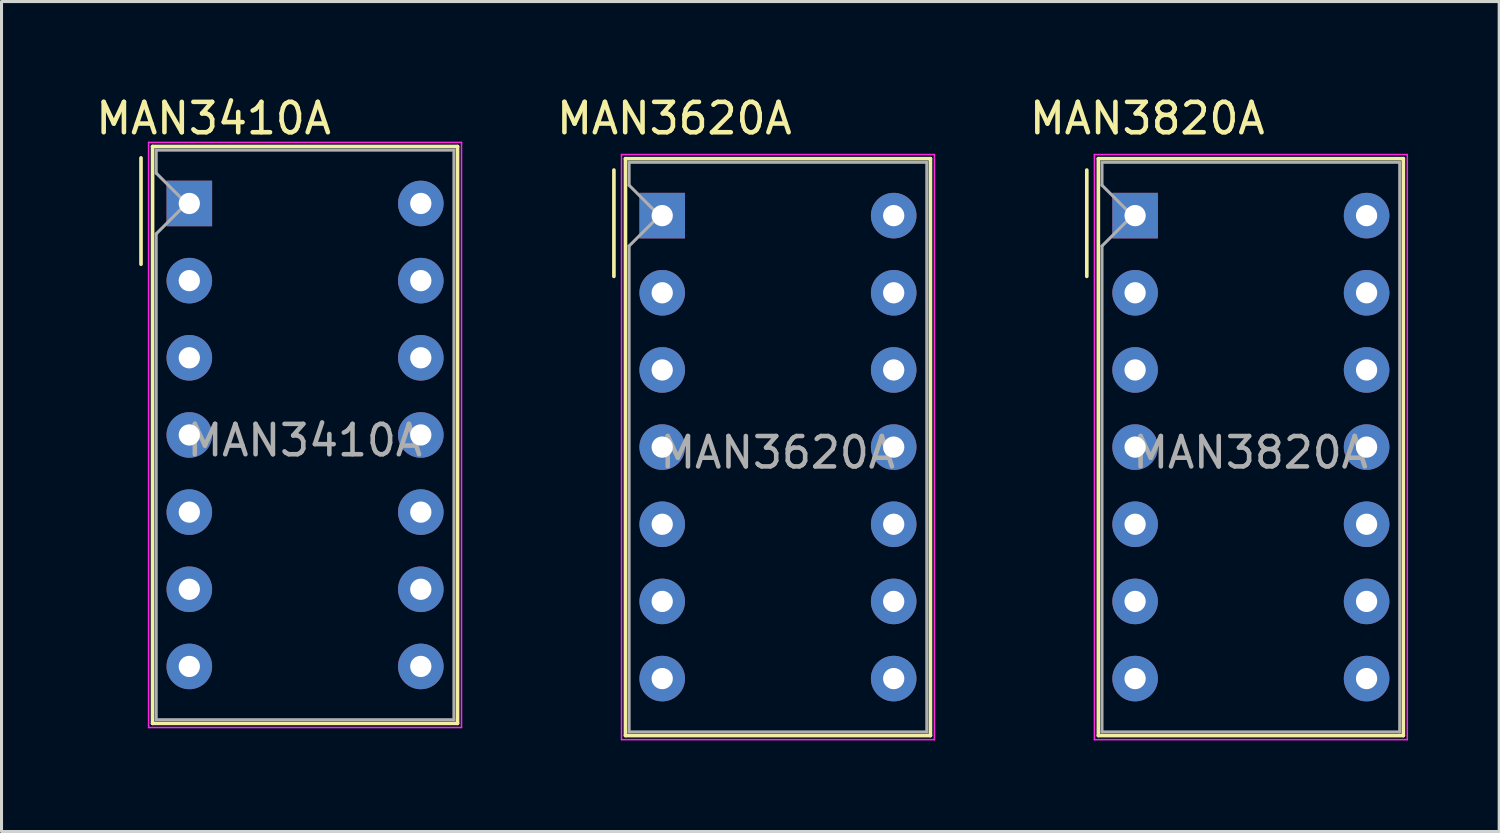
<source format=kicad_pcb>
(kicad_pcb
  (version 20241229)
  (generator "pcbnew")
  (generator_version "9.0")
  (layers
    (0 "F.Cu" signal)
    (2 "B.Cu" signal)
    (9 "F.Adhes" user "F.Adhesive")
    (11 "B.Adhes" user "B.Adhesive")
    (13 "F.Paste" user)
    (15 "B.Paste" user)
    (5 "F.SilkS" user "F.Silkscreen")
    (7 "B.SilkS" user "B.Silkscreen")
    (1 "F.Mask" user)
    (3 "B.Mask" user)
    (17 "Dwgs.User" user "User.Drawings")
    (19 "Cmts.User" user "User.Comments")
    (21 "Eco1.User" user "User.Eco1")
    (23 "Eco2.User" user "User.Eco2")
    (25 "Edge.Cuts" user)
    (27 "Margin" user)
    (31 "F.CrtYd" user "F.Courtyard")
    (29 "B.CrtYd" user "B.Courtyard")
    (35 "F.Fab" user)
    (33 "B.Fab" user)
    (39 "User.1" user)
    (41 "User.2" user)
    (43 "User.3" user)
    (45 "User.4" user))
  (footprint "MAN3620A"
    (layer "F.Cu")
    (at 18.749 4.048)
    (property "Reference" "MAN3620A" (at 0.4 -3.2 0) (layer "F.SilkS") (effects (font (size 1 1) (thickness 0.15))))
    (attr through_hole)
    (fp_line (start -1.59 -1.5) (end -1.59 2) (stroke (width 0.12) (type solid)) (layer "F.SilkS"))
    (fp_line (start -1.21 -1.875) (end 8.83 -1.875) (stroke (width 0.12) (type solid)) (layer "F.SilkS"))
    (fp_line (start -1.21 17.115) (end -1.21 -1.875) (stroke (width 0.12) (type solid)) (layer "F.SilkS"))
    (fp_line (start 8.83 -1.875) (end 8.83 17.115) (stroke (width 0.12) (type solid)) (layer "F.SilkS"))
    (fp_line (start 8.83 17.115) (end -1.21 17.115) (stroke (width 0.12) (type solid)) (layer "F.SilkS"))
    (fp_line (start -1.34 -2.01) (end 8.96 -2.01) (stroke (width 0.05) (type solid)) (layer "F.CrtYd"))
    (fp_line (start -1.34 17.25) (end -1.34 -2.01) (stroke (width 0.05) (type solid)) (layer "F.CrtYd"))
    (fp_line (start 8.96 -2.01) (end 8.96 17.25) (stroke (width 0.05) (type solid)) (layer "F.CrtYd"))
    (fp_line (start 8.96 17.25) (end -1.34 17.25) (stroke (width 0.05) (type solid)) (layer "F.CrtYd"))
    (fp_line (start -1.09 -1.755) (end 8.71 -1.755) (stroke (width 0.1) (type solid)) (layer "F.Fab"))
    (fp_line (start -1.09 -1) (end -1.09 -1.755) (stroke (width 0.1) (type solid)) (layer "F.Fab"))
    (fp_line (start -1.09 1) (end -0.09 0) (stroke (width 0.1) (type solid)) (layer "F.Fab"))
    (fp_line (start -1.09 16.995) (end -1.09 1) (stroke (width 0.1) (type solid)) (layer "F.Fab"))
    (fp_line (start -0.09 0) (end -1.09 -1) (stroke (width 0.1) (type solid)) (layer "F.Fab"))
    (fp_line (start 8.71 -1.755) (end 8.71 16.995) (stroke (width 0.1) (type solid)) (layer "F.Fab"))
    (fp_line (start 8.71 16.995) (end -1.09 16.995) (stroke (width 0.1) (type solid)) (layer "F.Fab"))
    (fp_text user "${REFERENCE}" (at 3.8 7.8 0) (layer "F.Fab") (effects (font (size 1 1) (thickness 0.15))))
    (pad "1" thru_hole rect (at 0 0) (size 1.5 1.5) (drill 0.7) (layers "*.Cu" "*.Mask"))
    (pad "2" thru_hole circle (at 0 2.54) (size 1.5 1.5) (drill 0.7) (layers "*.Cu" "*.Mask"))
    (pad "3" thru_hole circle (at 0 5.08) (size 1.5 1.5) (drill 0.7) (layers "*.Cu" "*.Mask"))
    (pad "4" thru_hole circle (at 0 7.62) (size 1.5 1.5) (drill 0.7) (layers "*.Cu" "*.Mask"))
    (pad "5" thru_hole circle (at 0 10.16) (size 1.5 1.5) (drill 0.7) (layers "*.Cu" "*.Mask"))
    (pad "6" thru_hole circle (at 0 12.7) (size 1.5 1.5) (drill 0.7) (layers "*.Cu" "*.Mask"))
    (pad "7" thru_hole circle (at 0 15.24) (size 1.5 1.5) (drill 0.7) (layers "*.Cu" "*.Mask"))
    (pad "8" thru_hole circle (at 7.62 15.24) (size 1.5 1.5) (drill 0.7) (layers "*.Cu" "*.Mask"))
    (pad "9" thru_hole circle (at 7.62 12.7) (size 1.5 1.5) (drill 0.7) (layers "*.Cu" "*.Mask"))
    (pad "10" thru_hole circle (at 7.62 10.16) (size 1.5 1.5) (drill 0.7) (layers "*.Cu" "*.Mask"))
    (pad "11" thru_hole circle (at 7.62 7.62) (size 1.5 1.5) (drill 0.7) (layers "*.Cu" "*.Mask"))
    (pad "12" thru_hole circle (at 7.62 5.08) (size 1.5 1.5) (drill 0.7) (layers "*.Cu" "*.Mask"))
    (pad "13" thru_hole circle (at 7.62 2.54) (size 1.5 1.5) (drill 0.7) (layers "*.Cu" "*.Mask"))
    (pad "14" thru_hole circle (at 7.62 0) (size 1.5 1.5) (drill 0.7) (layers "*.Cu" "*.Mask")))
  (footprint "MAN3820A"
    (layer "F.Cu")
    (at 34.316 4.048)
    (property "Reference" "MAN3820A" (at 0.4 -3.2 0) (layer "F.SilkS") (effects (font (size 1 1) (thickness 0.15))))
    (attr through_hole)
    (fp_line (start -1.59 -1.5) (end -1.59 2) (stroke (width 0.12) (type solid)) (layer "F.SilkS"))
    (fp_line (start -1.21 -1.875) (end 8.83 -1.875) (stroke (width 0.12) (type solid)) (layer "F.SilkS"))
    (fp_line (start -1.21 17.115) (end -1.21 -1.875) (stroke (width 0.12) (type solid)) (layer "F.SilkS"))
    (fp_line (start 8.83 -1.875) (end 8.83 17.115) (stroke (width 0.12) (type solid)) (layer "F.SilkS"))
    (fp_line (start 8.83 17.115) (end -1.21 17.115) (stroke (width 0.12) (type solid)) (layer "F.SilkS"))
    (fp_line (start -1.34 -2.01) (end 8.96 -2.01) (stroke (width 0.05) (type solid)) (layer "F.CrtYd"))
    (fp_line (start -1.34 17.25) (end -1.34 -2.01) (stroke (width 0.05) (type solid)) (layer "F.CrtYd"))
    (fp_line (start 8.96 -2.01) (end 8.96 17.25) (stroke (width 0.05) (type solid)) (layer "F.CrtYd"))
    (fp_line (start 8.96 17.25) (end -1.34 17.25) (stroke (width 0.05) (type solid)) (layer "F.CrtYd"))
    (fp_line (start -1.09 -1.755) (end 8.71 -1.755) (stroke (width 0.1) (type solid)) (layer "F.Fab"))
    (fp_line (start -1.09 -1) (end -1.09 -1.755) (stroke (width 0.1) (type solid)) (layer "F.Fab"))
    (fp_line (start -1.09 1) (end -0.09 0) (stroke (width 0.1) (type solid)) (layer "F.Fab"))
    (fp_line (start -1.09 16.995) (end -1.09 1) (stroke (width 0.1) (type solid)) (layer "F.Fab"))
    (fp_line (start -0.09 0) (end -1.09 -1) (stroke (width 0.1) (type solid)) (layer "F.Fab"))
    (fp_line (start 8.71 -1.755) (end 8.71 16.995) (stroke (width 0.1) (type solid)) (layer "F.Fab"))
    (fp_line (start 8.71 16.995) (end -1.09 16.995) (stroke (width 0.1) (type solid)) (layer "F.Fab"))
    (fp_text user "${REFERENCE}" (at 3.8 7.8 0) (layer "F.Fab") (effects (font (size 1 1) (thickness 0.15))))
    (pad "1" thru_hole rect (at 0 0) (size 1.5 1.5) (drill 0.7) (layers "*.Cu" "*.Mask"))
    (pad "2" thru_hole circle (at 0 2.54) (size 1.5 1.5) (drill 0.7) (layers "*.Cu" "*.Mask"))
    (pad "3" thru_hole circle (at 0 5.08) (size 1.5 1.5) (drill 0.7) (layers "*.Cu" "*.Mask"))
    (pad "4" thru_hole circle (at 0 7.62) (size 1.5 1.5) (drill 0.7) (layers "*.Cu" "*.Mask"))
    (pad "5" thru_hole circle (at 0 10.16) (size 1.5 1.5) (drill 0.7) (layers "*.Cu" "*.Mask"))
    (pad "6" thru_hole circle (at 0 12.7) (size 1.5 1.5) (drill 0.7) (layers "*.Cu" "*.Mask"))
    (pad "7" thru_hole circle (at 0 15.24) (size 1.5 1.5) (drill 0.7) (layers "*.Cu" "*.Mask"))
    (pad "8" thru_hole circle (at 7.62 15.24) (size 1.5 1.5) (drill 0.7) (layers "*.Cu" "*.Mask"))
    (pad "9" thru_hole circle (at 7.62 12.7) (size 1.5 1.5) (drill 0.7) (layers "*.Cu" "*.Mask"))
    (pad "10" thru_hole circle (at 7.62 10.16) (size 1.5 1.5) (drill 0.7) (layers "*.Cu" "*.Mask"))
    (pad "11" thru_hole circle (at 7.62 7.62) (size 1.5 1.5) (drill 0.7) (layers "*.Cu" "*.Mask"))
    (pad "12" thru_hole circle (at 7.62 5.08) (size 1.5 1.5) (drill 0.7) (layers "*.Cu" "*.Mask"))
    (pad "13" thru_hole circle (at 7.62 2.54) (size 1.5 1.5) (drill 0.7) (layers "*.Cu" "*.Mask"))
    (pad "14" thru_hole circle (at 7.62 0) (size 1.5 1.5) (drill 0.7) (layers "*.Cu" "*.Mask")))
  (footprint "MAN3410A"
    (layer "F.Cu")
    (at 3.182 3.648)
    (property "Reference" "MAN3410A" (at 0.8 -2.8 0) (layer "F.SilkS") (effects (font (size 1 1) (thickness 0.15))))
    (attr through_hole)
    (fp_line (start -1.59 -1.5) (end -1.59 2) (stroke (width 0.12) (type solid)) (layer "F.SilkS"))
    (fp_line (start -1.21 -1.875) (end 8.83 -1.875) (stroke (width 0.12) (type solid)) (layer "F.SilkS"))
    (fp_line (start -1.21 17.115) (end -1.21 -1.875) (stroke (width 0.12) (type solid)) (layer "F.SilkS"))
    (fp_line (start 8.83 -1.875) (end 8.83 17.115) (stroke (width 0.12) (type solid)) (layer "F.SilkS"))
    (fp_line (start 8.83 17.115) (end -1.21 17.115) (stroke (width 0.12) (type solid)) (layer "F.SilkS"))
    (fp_line (start -1.34 -2.01) (end 8.96 -2.01) (stroke (width 0.05) (type solid)) (layer "F.CrtYd"))
    (fp_line (start -1.34 17.25) (end -1.34 -2.01) (stroke (width 0.05) (type solid)) (layer "F.CrtYd"))
    (fp_line (start 8.96 -2.01) (end 8.96 17.25) (stroke (width 0.05) (type solid)) (layer "F.CrtYd"))
    (fp_line (start 8.96 17.25) (end -1.34 17.25) (stroke (width 0.05) (type solid)) (layer "F.CrtYd"))
    (fp_line (start -1.09 -1.755) (end 8.71 -1.755) (stroke (width 0.1) (type solid)) (layer "F.Fab"))
    (fp_line (start -1.09 -1) (end -1.09 -1.755) (stroke (width 0.1) (type solid)) (layer "F.Fab"))
    (fp_line (start -1.09 1) (end -0.09 0) (stroke (width 0.1) (type solid)) (layer "F.Fab"))
    (fp_line (start -1.09 16.995) (end -1.09 1) (stroke (width 0.1) (type solid)) (layer "F.Fab"))
    (fp_line (start -0.09 0) (end -1.09 -1) (stroke (width 0.1) (type solid)) (layer "F.Fab"))
    (fp_line (start 8.71 -1.755) (end 8.71 16.995) (stroke (width 0.1) (type solid)) (layer "F.Fab"))
    (fp_line (start 8.71 16.995) (end -1.09 16.995) (stroke (width 0.1) (type solid)) (layer "F.Fab"))
    (fp_text user "${REFERENCE}" (at 3.8 7.8 0) (layer "F.Fab") (effects (font (size 1 1) (thickness 0.15))))
    (pad "1" thru_hole rect (at 0 0) (size 1.5 1.5) (drill 0.7) (layers "*.Cu" "*.Mask"))
    (pad "2" thru_hole circle (at 0 2.54) (size 1.5 1.5) (drill 0.7) (layers "*.Cu" "*.Mask"))
    (pad "3" thru_hole circle (at 0 5.08) (size 1.5 1.5) (drill 0.7) (layers "*.Cu" "*.Mask"))
    (pad "4" thru_hole circle (at 0 7.62) (size 1.5 1.5) (drill 0.7) (layers "*.Cu" "*.Mask"))
    (pad "5" thru_hole circle (at 0 10.16) (size 1.5 1.5) (drill 0.7) (layers "*.Cu" "*.Mask"))
    (pad "6" thru_hole circle (at 0 12.7) (size 1.5 1.5) (drill 0.7) (layers "*.Cu" "*.Mask"))
    (pad "7" thru_hole circle (at 0 15.24) (size 1.5 1.5) (drill 0.7) (layers "*.Cu" "*.Mask"))
    (pad "8" thru_hole circle (at 7.62 15.24) (size 1.5 1.5) (drill 0.7) (layers "*.Cu" "*.Mask"))
    (pad "9" thru_hole circle (at 7.62 12.7) (size 1.5 1.5) (drill 0.7) (layers "*.Cu" "*.Mask"))
    (pad "10" thru_hole circle (at 7.62 10.16) (size 1.5 1.5) (drill 0.7) (layers "*.Cu" "*.Mask"))
    (pad "11" thru_hole circle (at 7.62 7.62) (size 1.5 1.5) (drill 0.7) (layers "*.Cu" "*.Mask"))
    (pad "12" thru_hole circle (at 7.62 5.08) (size 1.5 1.5) (drill 0.7) (layers "*.Cu" "*.Mask"))
    (pad "13" thru_hole circle (at 7.62 2.54) (size 1.5 1.5) (drill 0.7) (layers "*.Cu" "*.Mask"))
    (pad "14" thru_hole circle (at 7.62 0) (size 1.5 1.5) (drill 0.7) (layers "*.Cu" "*.Mask")))
  (gr_rect
    (start -3 -3)
    (end 46.301 24.323)
    (stroke (width 0.1) (type default))
    (fill no)
    (layer "Edge.Cuts")))
</source>
